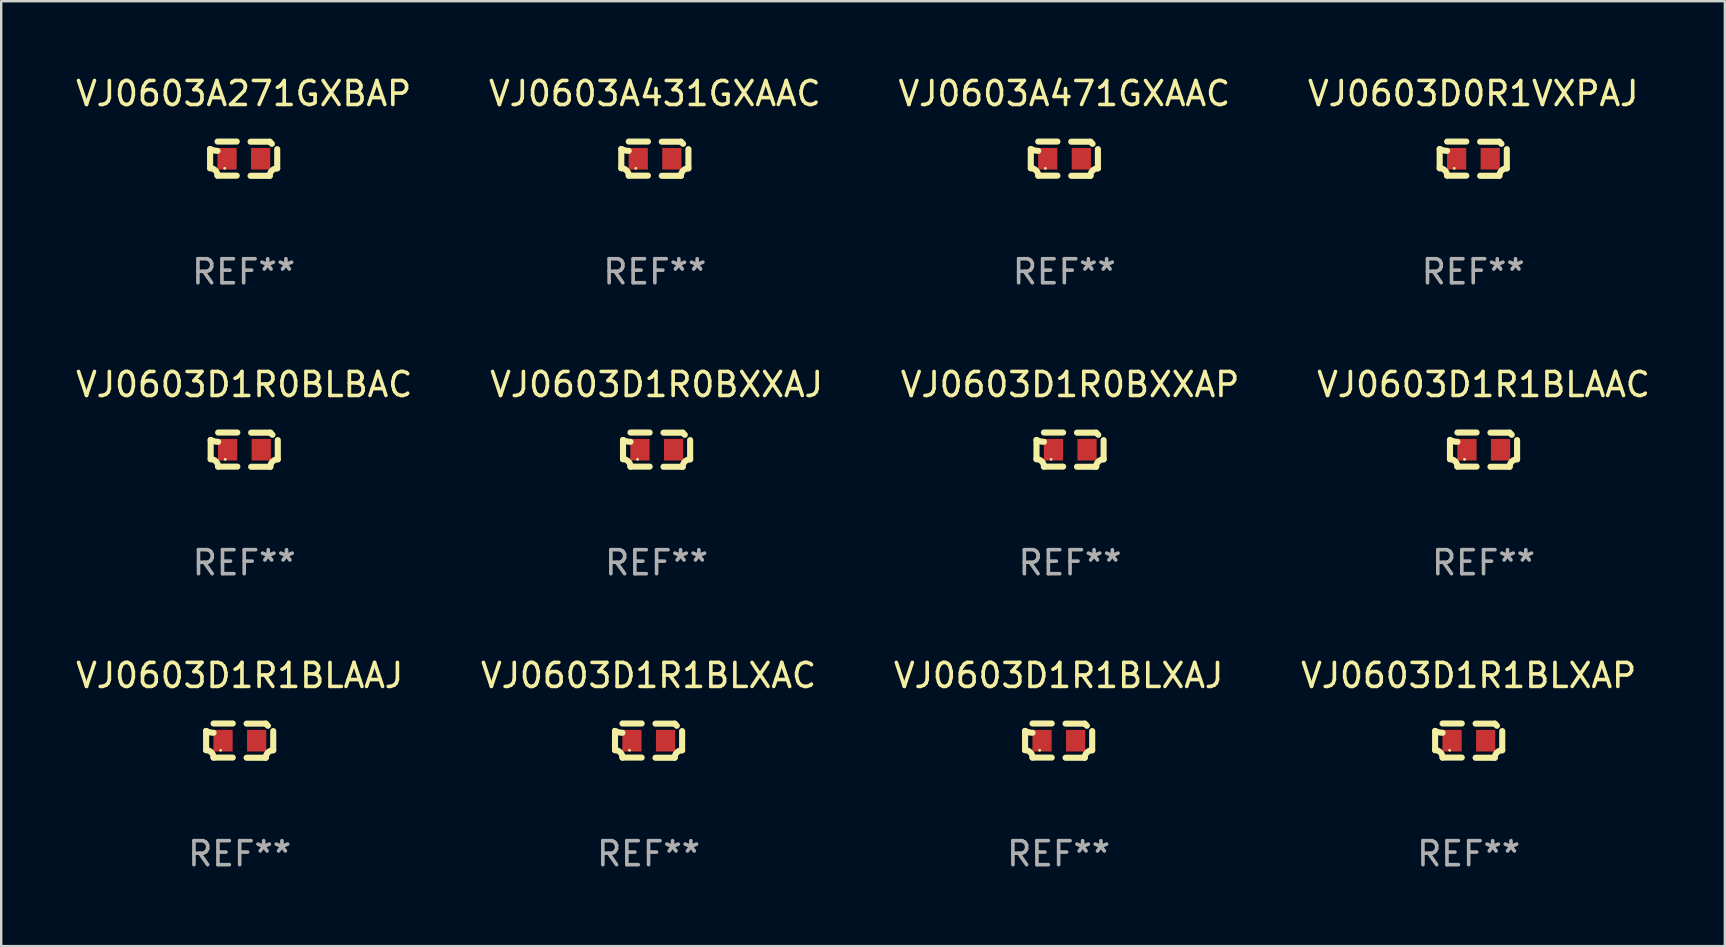
<source format=kicad_pcb>
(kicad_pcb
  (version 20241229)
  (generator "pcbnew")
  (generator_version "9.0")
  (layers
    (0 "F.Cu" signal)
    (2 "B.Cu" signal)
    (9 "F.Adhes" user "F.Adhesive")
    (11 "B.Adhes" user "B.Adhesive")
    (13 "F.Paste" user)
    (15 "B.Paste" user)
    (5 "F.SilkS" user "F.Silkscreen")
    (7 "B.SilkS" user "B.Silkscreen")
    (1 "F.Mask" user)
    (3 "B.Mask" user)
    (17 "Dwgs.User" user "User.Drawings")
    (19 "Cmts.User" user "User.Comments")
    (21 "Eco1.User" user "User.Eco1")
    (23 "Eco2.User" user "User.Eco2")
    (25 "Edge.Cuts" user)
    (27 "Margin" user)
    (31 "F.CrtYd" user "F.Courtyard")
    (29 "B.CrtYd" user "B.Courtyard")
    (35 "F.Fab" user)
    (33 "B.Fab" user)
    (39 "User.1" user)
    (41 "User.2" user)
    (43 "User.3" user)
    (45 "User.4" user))
  (footprint "VJ0603A471GXAAC"
    (layer "F.Cu")
    (at 41.292 3.561)
    (property "Reference" "VJ0603A471GXAAC" (at 0 -2.713 0) (layer "F.SilkS") (effects (font (size 1 1) (thickness 0.15))))
    (attr through_hole)
    (fp_line (start -1.398 -0.403) (end -1.398 0.397) (stroke (width 0.254) (type solid)) (layer "F.SilkS"))
    (fp_line (start -0.288 -0.713) (end -1.088 -0.713) (stroke (width 0.254) (type solid)) (layer "F.SilkS"))
    (fp_line (start -0.288 0.707) (end -1.088 0.707) (stroke (width 0.254) (type solid)) (layer "F.SilkS"))
    (fp_line (start 0.288 -0.707) (end 1.088 -0.707) (stroke (width 0.254) (type solid)) (layer "F.SilkS"))
    (fp_line (start 0.288 0.713) (end 1.088 0.713) (stroke (width 0.254) (type solid)) (layer "F.SilkS"))
    (fp_line (start 1.398 -0.397) (end 1.398 0.403) (stroke (width 0.254) (type solid)) (layer "F.SilkS"))
    (fp_arc (start -1.397789 0.397066) (mid -1.178701 0.487826) (end -1.08796 0.706922) (stroke (width 0.254001) (type solid)) (layer "F.SilkS"))
    (fp_arc (start -1.08796 -0.327176) (mid -1.247436 -0.346384) (end -1.39779 -0.402908) (stroke (width 0.254001) (type solid)) (layer "F.SilkS"))
    (fp_arc (start 1.087909 0.712738) (mid 1.178656 0.493655) (end 1.397739 0.402908) (stroke (width 0.254001) (type solid)) (layer "F.SilkS"))
    (fp_arc (start 1.175925 -0.618926) (mid 1.131917 -0.662923) (end 1.08791 -0.706922) (stroke (width 0.254001) (type solid)) (layer "F.SilkS"))
    (fp_circle (center -0.792 0.403) (end -0.762 0.403) (stroke (width 0.06) (type solid)) (fill no) (layer "F.SilkS"))
    (fp_text user "REF**" (at 0 4.713 0) (layer "F.Fab") (effects (font (size 1 1) (thickness 0.15))))
    (pad "1" smd rect (at -0.692 0.003) (size 0.8 0.9) (layers "F.Cu" "F.Mask" "F.Paste"))
    (pad "2" smd rect (at 0.708 0.003) (size 0.8 0.9) (layers "F.Cu" "F.Mask" "F.Paste")))
  (footprint "VJ0603D1R1BLXAC"
    (layer "F.Cu")
    (at 23.97 27.805)
    (property "Reference" "VJ0603D1R1BLXAC" (at 0 -2.713 0) (layer "F.SilkS") (effects (font (size 1 1) (thickness 0.15))))
    (attr through_hole)
    (fp_line (start -1.398 -0.403) (end -1.398 0.397) (stroke (width 0.254) (type solid)) (layer "F.SilkS"))
    (fp_line (start -0.288 -0.713) (end -1.088 -0.713) (stroke (width 0.254) (type solid)) (layer "F.SilkS"))
    (fp_line (start -0.288 0.707) (end -1.088 0.707) (stroke (width 0.254) (type solid)) (layer "F.SilkS"))
    (fp_line (start 0.288 -0.707) (end 1.088 -0.707) (stroke (width 0.254) (type solid)) (layer "F.SilkS"))
    (fp_line (start 0.288 0.713) (end 1.088 0.713) (stroke (width 0.254) (type solid)) (layer "F.SilkS"))
    (fp_line (start 1.398 -0.397) (end 1.398 0.403) (stroke (width 0.254) (type solid)) (layer "F.SilkS"))
    (fp_arc (start -1.397789 0.397066) (mid -1.178701 0.487826) (end -1.08796 0.706922) (stroke (width 0.254001) (type solid)) (layer "F.SilkS"))
    (fp_arc (start -1.08796 -0.327176) (mid -1.247436 -0.346384) (end -1.39779 -0.402908) (stroke (width 0.254001) (type solid)) (layer "F.SilkS"))
    (fp_arc (start 1.087909 0.712738) (mid 1.178656 0.493655) (end 1.397739 0.402908) (stroke (width 0.254001) (type solid)) (layer "F.SilkS"))
    (fp_arc (start 1.175925 -0.618926) (mid 1.131917 -0.662923) (end 1.08791 -0.706922) (stroke (width 0.254001) (type solid)) (layer "F.SilkS"))
    (fp_circle (center -0.792 0.403) (end -0.762 0.403) (stroke (width 0.06) (type solid)) (fill no) (layer "F.SilkS"))
    (fp_text user "REF**" (at 0 4.713 0) (layer "F.Fab") (effects (font (size 1 1) (thickness 0.15))))
    (pad "1" smd rect (at -0.692 0.003) (size 0.8 0.9) (layers "F.Cu" "F.Mask" "F.Paste"))
    (pad "2" smd rect (at 0.708 0.003) (size 0.8 0.9) (layers "F.Cu" "F.Mask" "F.Paste")))
  (footprint "VJ0603D1R1BLXAP"
    (layer "F.Cu")
    (at 58.137 27.805)
    (property "Reference" "VJ0603D1R1BLXAP" (at 0 -2.713 0) (layer "F.SilkS") (effects (font (size 1 1) (thickness 0.15))))
    (attr through_hole)
    (fp_line (start -1.398 -0.403) (end -1.398 0.397) (stroke (width 0.254) (type solid)) (layer "F.SilkS"))
    (fp_line (start -0.288 -0.713) (end -1.088 -0.713) (stroke (width 0.254) (type solid)) (layer "F.SilkS"))
    (fp_line (start -0.288 0.707) (end -1.088 0.707) (stroke (width 0.254) (type solid)) (layer "F.SilkS"))
    (fp_line (start 0.288 -0.707) (end 1.088 -0.707) (stroke (width 0.254) (type solid)) (layer "F.SilkS"))
    (fp_line (start 0.288 0.713) (end 1.088 0.713) (stroke (width 0.254) (type solid)) (layer "F.SilkS"))
    (fp_line (start 1.398 -0.397) (end 1.398 0.403) (stroke (width 0.254) (type solid)) (layer "F.SilkS"))
    (fp_arc (start -1.397789 0.397066) (mid -1.178701 0.487826) (end -1.08796 0.706922) (stroke (width 0.254001) (type solid)) (layer "F.SilkS"))
    (fp_arc (start -1.08796 -0.327176) (mid -1.247436 -0.346384) (end -1.39779 -0.402908) (stroke (width 0.254001) (type solid)) (layer "F.SilkS"))
    (fp_arc (start 1.087909 0.712738) (mid 1.178656 0.493655) (end 1.397739 0.402908) (stroke (width 0.254001) (type solid)) (layer "F.SilkS"))
    (fp_arc (start 1.175925 -0.618926) (mid 1.131917 -0.662923) (end 1.08791 -0.706922) (stroke (width 0.254001) (type solid)) (layer "F.SilkS"))
    (fp_circle (center -0.792 0.403) (end -0.762 0.403) (stroke (width 0.06) (type solid)) (fill no) (layer "F.SilkS"))
    (fp_text user "REF**" (at 0 4.713 0) (layer "F.Fab") (effects (font (size 1 1) (thickness 0.15))))
    (pad "1" smd rect (at -0.692 0.003) (size 0.8 0.9) (layers "F.Cu" "F.Mask" "F.Paste"))
    (pad "2" smd rect (at 0.708 0.003) (size 0.8 0.9) (layers "F.Cu" "F.Mask" "F.Paste")))
  (footprint "VJ0603D1R1BLAAJ"
    (layer "F.Cu")
    (at 6.935 27.805)
    (property "Reference" "VJ0603D1R1BLAAJ" (at 0 -2.713 0) (layer "F.SilkS") (effects (font (size 1 1) (thickness 0.15))))
    (attr through_hole)
    (fp_line (start -1.398 -0.403) (end -1.398 0.397) (stroke (width 0.254) (type solid)) (layer "F.SilkS"))
    (fp_line (start -0.288 -0.713) (end -1.088 -0.713) (stroke (width 0.254) (type solid)) (layer "F.SilkS"))
    (fp_line (start -0.288 0.707) (end -1.088 0.707) (stroke (width 0.254) (type solid)) (layer "F.SilkS"))
    (fp_line (start 0.288 -0.707) (end 1.088 -0.707) (stroke (width 0.254) (type solid)) (layer "F.SilkS"))
    (fp_line (start 0.288 0.713) (end 1.088 0.713) (stroke (width 0.254) (type solid)) (layer "F.SilkS"))
    (fp_line (start 1.398 -0.397) (end 1.398 0.403) (stroke (width 0.254) (type solid)) (layer "F.SilkS"))
    (fp_arc (start -1.397789 0.397066) (mid -1.178701 0.487826) (end -1.08796 0.706922) (stroke (width 0.254001) (type solid)) (layer "F.SilkS"))
    (fp_arc (start -1.08796 -0.327176) (mid -1.247436 -0.346384) (end -1.39779 -0.402908) (stroke (width 0.254001) (type solid)) (layer "F.SilkS"))
    (fp_arc (start 1.087909 0.712738) (mid 1.178656 0.493655) (end 1.397739 0.402908) (stroke (width 0.254001) (type solid)) (layer "F.SilkS"))
    (fp_arc (start 1.175925 -0.618926) (mid 1.131917 -0.662923) (end 1.08791 -0.706922) (stroke (width 0.254001) (type solid)) (layer "F.SilkS"))
    (fp_circle (center -0.792 0.403) (end -0.762 0.403) (stroke (width 0.06) (type solid)) (fill no) (layer "F.SilkS"))
    (fp_text user "REF**" (at 0 4.713 0) (layer "F.Fab") (effects (font (size 1 1) (thickness 0.15))))
    (pad "1" smd rect (at -0.692 0.003) (size 0.8 0.9) (layers "F.Cu" "F.Mask" "F.Paste"))
    (pad "2" smd rect (at 0.708 0.003) (size 0.8 0.9) (layers "F.Cu" "F.Mask" "F.Paste")))
  (footprint "VJ0603D0R1VXPAJ"
    (layer "F.Cu")
    (at 58.327 3.561)
    (property "Reference" "VJ0603D0R1VXPAJ" (at 0 -2.713 0) (layer "F.SilkS") (effects (font (size 1 1) (thickness 0.15))))
    (attr through_hole)
    (fp_line (start -1.398 -0.403) (end -1.398 0.397) (stroke (width 0.254) (type solid)) (layer "F.SilkS"))
    (fp_line (start -0.288 -0.713) (end -1.088 -0.713) (stroke (width 0.254) (type solid)) (layer "F.SilkS"))
    (fp_line (start -0.288 0.707) (end -1.088 0.707) (stroke (width 0.254) (type solid)) (layer "F.SilkS"))
    (fp_line (start 0.288 -0.707) (end 1.088 -0.707) (stroke (width 0.254) (type solid)) (layer "F.SilkS"))
    (fp_line (start 0.288 0.713) (end 1.088 0.713) (stroke (width 0.254) (type solid)) (layer "F.SilkS"))
    (fp_line (start 1.398 -0.397) (end 1.398 0.403) (stroke (width 0.254) (type solid)) (layer "F.SilkS"))
    (fp_arc (start -1.397789 0.397066) (mid -1.178701 0.487826) (end -1.08796 0.706922) (stroke (width 0.254001) (type solid)) (layer "F.SilkS"))
    (fp_arc (start -1.08796 -0.327176) (mid -1.247436 -0.346384) (end -1.39779 -0.402908) (stroke (width 0.254001) (type solid)) (layer "F.SilkS"))
    (fp_arc (start 1.087909 0.712738) (mid 1.178656 0.493655) (end 1.397739 0.402908) (stroke (width 0.254001) (type solid)) (layer "F.SilkS"))
    (fp_arc (start 1.175925 -0.618926) (mid 1.131917 -0.662923) (end 1.08791 -0.706922) (stroke (width 0.254001) (type solid)) (layer "F.SilkS"))
    (fp_circle (center -0.792 0.403) (end -0.762 0.403) (stroke (width 0.06) (type solid)) (fill no) (layer "F.SilkS"))
    (fp_text user "REF**" (at 0 4.713 0) (layer "F.Fab") (effects (font (size 1 1) (thickness 0.15))))
    (pad "1" smd rect (at -0.692 0.003) (size 0.8 0.9) (layers "F.Cu" "F.Mask" "F.Paste"))
    (pad "2" smd rect (at 0.708 0.003) (size 0.8 0.9) (layers "F.Cu" "F.Mask" "F.Paste")))
  (footprint "VJ0603A431GXAAC"
    (layer "F.Cu")
    (at 24.232 3.561)
    (property "Reference" "VJ0603A431GXAAC" (at 0 -2.713 0) (layer "F.SilkS") (effects (font (size 1 1) (thickness 0.15))))
    (attr through_hole)
    (fp_line (start -1.398 -0.403) (end -1.398 0.397) (stroke (width 0.254) (type solid)) (layer "F.SilkS"))
    (fp_line (start -0.288 -0.713) (end -1.088 -0.713) (stroke (width 0.254) (type solid)) (layer "F.SilkS"))
    (fp_line (start -0.288 0.707) (end -1.088 0.707) (stroke (width 0.254) (type solid)) (layer "F.SilkS"))
    (fp_line (start 0.288 -0.707) (end 1.088 -0.707) (stroke (width 0.254) (type solid)) (layer "F.SilkS"))
    (fp_line (start 0.288 0.713) (end 1.088 0.713) (stroke (width 0.254) (type solid)) (layer "F.SilkS"))
    (fp_line (start 1.398 -0.397) (end 1.398 0.403) (stroke (width 0.254) (type solid)) (layer "F.SilkS"))
    (fp_arc (start -1.397789 0.397066) (mid -1.178701 0.487826) (end -1.08796 0.706922) (stroke (width 0.254001) (type solid)) (layer "F.SilkS"))
    (fp_arc (start -1.08796 -0.327176) (mid -1.247436 -0.346384) (end -1.39779 -0.402908) (stroke (width 0.254001) (type solid)) (layer "F.SilkS"))
    (fp_arc (start 1.087909 0.712738) (mid 1.178656 0.493655) (end 1.397739 0.402908) (stroke (width 0.254001) (type solid)) (layer "F.SilkS"))
    (fp_arc (start 1.175925 -0.618926) (mid 1.131917 -0.662923) (end 1.08791 -0.706922) (stroke (width 0.254001) (type solid)) (layer "F.SilkS"))
    (fp_circle (center -0.792 0.403) (end -0.762 0.403) (stroke (width 0.06) (type solid)) (fill no) (layer "F.SilkS"))
    (fp_text user "REF**" (at 0 4.713 0) (layer "F.Fab") (effects (font (size 1 1) (thickness 0.15))))
    (pad "1" smd rect (at -0.692 0.003) (size 0.8 0.9) (layers "F.Cu" "F.Mask" "F.Paste"))
    (pad "2" smd rect (at 0.708 0.003) (size 0.8 0.9) (layers "F.Cu" "F.Mask" "F.Paste")))
  (footprint "VJ0603D1R0BLBAC"
    (layer "F.Cu")
    (at 7.125 15.683)
    (property "Reference" "VJ0603D1R0BLBAC" (at 0 -2.713 0) (layer "F.SilkS") (effects (font (size 1 1) (thickness 0.15))))
    (attr through_hole)
    (fp_line (start -1.398 -0.403) (end -1.398 0.397) (stroke (width 0.254) (type solid)) (layer "F.SilkS"))
    (fp_line (start -0.288 -0.713) (end -1.088 -0.713) (stroke (width 0.254) (type solid)) (layer "F.SilkS"))
    (fp_line (start -0.288 0.707) (end -1.088 0.707) (stroke (width 0.254) (type solid)) (layer "F.SilkS"))
    (fp_line (start 0.288 -0.707) (end 1.088 -0.707) (stroke (width 0.254) (type solid)) (layer "F.SilkS"))
    (fp_line (start 0.288 0.713) (end 1.088 0.713) (stroke (width 0.254) (type solid)) (layer "F.SilkS"))
    (fp_line (start 1.398 -0.397) (end 1.398 0.403) (stroke (width 0.254) (type solid)) (layer "F.SilkS"))
    (fp_arc (start -1.397789 0.397066) (mid -1.178701 0.487826) (end -1.08796 0.706922) (stroke (width 0.254001) (type solid)) (layer "F.SilkS"))
    (fp_arc (start -1.08796 -0.327176) (mid -1.247436 -0.346384) (end -1.39779 -0.402908) (stroke (width 0.254001) (type solid)) (layer "F.SilkS"))
    (fp_arc (start 1.087909 0.712738) (mid 1.178656 0.493655) (end 1.397739 0.402908) (stroke (width 0.254001) (type solid)) (layer "F.SilkS"))
    (fp_arc (start 1.175925 -0.618926) (mid 1.131917 -0.662923) (end 1.08791 -0.706922) (stroke (width 0.254001) (type solid)) (layer "F.SilkS"))
    (fp_circle (center -0.792 0.403) (end -0.762 0.403) (stroke (width 0.06) (type solid)) (fill no) (layer "F.SilkS"))
    (fp_text user "REF**" (at 0 4.713 0) (layer "F.Fab") (effects (font (size 1 1) (thickness 0.15))))
    (pad "1" smd rect (at -0.692 0.003) (size 0.8 0.9) (layers "F.Cu" "F.Mask" "F.Paste"))
    (pad "2" smd rect (at 0.708 0.003) (size 0.8 0.9) (layers "F.Cu" "F.Mask" "F.Paste")))
  (footprint "VJ0603D1R1BLAAC"
    (layer "F.Cu")
    (at 58.756 15.683)
    (property "Reference" "VJ0603D1R1BLAAC" (at 0 -2.713 0) (layer "F.SilkS") (effects (font (size 1 1) (thickness 0.15))))
    (attr through_hole)
    (fp_line (start -1.398 -0.403) (end -1.398 0.397) (stroke (width 0.254) (type solid)) (layer "F.SilkS"))
    (fp_line (start -0.288 -0.713) (end -1.088 -0.713) (stroke (width 0.254) (type solid)) (layer "F.SilkS"))
    (fp_line (start -0.288 0.707) (end -1.088 0.707) (stroke (width 0.254) (type solid)) (layer "F.SilkS"))
    (fp_line (start 0.288 -0.707) (end 1.088 -0.707) (stroke (width 0.254) (type solid)) (layer "F.SilkS"))
    (fp_line (start 0.288 0.713) (end 1.088 0.713) (stroke (width 0.254) (type solid)) (layer "F.SilkS"))
    (fp_line (start 1.398 -0.397) (end 1.398 0.403) (stroke (width 0.254) (type solid)) (layer "F.SilkS"))
    (fp_arc (start -1.397789 0.397066) (mid -1.178701 0.487826) (end -1.08796 0.706922) (stroke (width 0.254001) (type solid)) (layer "F.SilkS"))
    (fp_arc (start -1.08796 -0.327176) (mid -1.247436 -0.346384) (end -1.39779 -0.402908) (stroke (width 0.254001) (type solid)) (layer "F.SilkS"))
    (fp_arc (start 1.087909 0.712738) (mid 1.178656 0.493655) (end 1.397739 0.402908) (stroke (width 0.254001) (type solid)) (layer "F.SilkS"))
    (fp_arc (start 1.175925 -0.618926) (mid 1.131917 -0.662923) (end 1.08791 -0.706922) (stroke (width 0.254001) (type solid)) (layer "F.SilkS"))
    (fp_circle (center -0.792 0.403) (end -0.762 0.403) (stroke (width 0.06) (type solid)) (fill no) (layer "F.SilkS"))
    (fp_text user "REF**" (at 0 4.713 0) (layer "F.Fab") (effects (font (size 1 1) (thickness 0.15))))
    (pad "1" smd rect (at -0.692 0.003) (size 0.8 0.9) (layers "F.Cu" "F.Mask" "F.Paste"))
    (pad "2" smd rect (at 0.708 0.003) (size 0.8 0.9) (layers "F.Cu" "F.Mask" "F.Paste")))
  (footprint "VJ0603D1R0BXXAP"
    (layer "F.Cu")
    (at 41.53 15.683)
    (property "Reference" "VJ0603D1R0BXXAP" (at 0 -2.713 0) (layer "F.SilkS") (effects (font (size 1 1) (thickness 0.15))))
    (attr through_hole)
    (fp_line (start -1.398 -0.403) (end -1.398 0.397) (stroke (width 0.254) (type solid)) (layer "F.SilkS"))
    (fp_line (start -0.288 -0.713) (end -1.088 -0.713) (stroke (width 0.254) (type solid)) (layer "F.SilkS"))
    (fp_line (start -0.288 0.707) (end -1.088 0.707) (stroke (width 0.254) (type solid)) (layer "F.SilkS"))
    (fp_line (start 0.288 -0.707) (end 1.088 -0.707) (stroke (width 0.254) (type solid)) (layer "F.SilkS"))
    (fp_line (start 0.288 0.713) (end 1.088 0.713) (stroke (width 0.254) (type solid)) (layer "F.SilkS"))
    (fp_line (start 1.398 -0.397) (end 1.398 0.403) (stroke (width 0.254) (type solid)) (layer "F.SilkS"))
    (fp_arc (start -1.397789 0.397066) (mid -1.178701 0.487826) (end -1.08796 0.706922) (stroke (width 0.254001) (type solid)) (layer "F.SilkS"))
    (fp_arc (start -1.08796 -0.327176) (mid -1.247436 -0.346384) (end -1.39779 -0.402908) (stroke (width 0.254001) (type solid)) (layer "F.SilkS"))
    (fp_arc (start 1.087909 0.712738) (mid 1.178656 0.493655) (end 1.397739 0.402908) (stroke (width 0.254001) (type solid)) (layer "F.SilkS"))
    (fp_arc (start 1.175925 -0.618926) (mid 1.131917 -0.662923) (end 1.08791 -0.706922) (stroke (width 0.254001) (type solid)) (layer "F.SilkS"))
    (fp_circle (center -0.792 0.403) (end -0.762 0.403) (stroke (width 0.06) (type solid)) (fill no) (layer "F.SilkS"))
    (fp_text user "REF**" (at 0 4.713 0) (layer "F.Fab") (effects (font (size 1 1) (thickness 0.15))))
    (pad "1" smd rect (at -0.692 0.003) (size 0.8 0.9) (layers "F.Cu" "F.Mask" "F.Paste"))
    (pad "2" smd rect (at 0.708 0.003) (size 0.8 0.9) (layers "F.Cu" "F.Mask" "F.Paste")))
  (footprint "VJ0603D1R1BLXAJ"
    (layer "F.Cu")
    (at 41.054 27.805)
    (property "Reference" "VJ0603D1R1BLXAJ" (at 0 -2.713 0) (layer "F.SilkS") (effects (font (size 1 1) (thickness 0.15))))
    (attr through_hole)
    (fp_line (start -1.398 -0.403) (end -1.398 0.397) (stroke (width 0.254) (type solid)) (layer "F.SilkS"))
    (fp_line (start -0.288 -0.713) (end -1.088 -0.713) (stroke (width 0.254) (type solid)) (layer "F.SilkS"))
    (fp_line (start -0.288 0.707) (end -1.088 0.707) (stroke (width 0.254) (type solid)) (layer "F.SilkS"))
    (fp_line (start 0.288 -0.707) (end 1.088 -0.707) (stroke (width 0.254) (type solid)) (layer "F.SilkS"))
    (fp_line (start 0.288 0.713) (end 1.088 0.713) (stroke (width 0.254) (type solid)) (layer "F.SilkS"))
    (fp_line (start 1.398 -0.397) (end 1.398 0.403) (stroke (width 0.254) (type solid)) (layer "F.SilkS"))
    (fp_arc (start -1.397789 0.397066) (mid -1.178701 0.487826) (end -1.08796 0.706922) (stroke (width 0.254001) (type solid)) (layer "F.SilkS"))
    (fp_arc (start -1.08796 -0.327176) (mid -1.247436 -0.346384) (end -1.39779 -0.402908) (stroke (width 0.254001) (type solid)) (layer "F.SilkS"))
    (fp_arc (start 1.087909 0.712738) (mid 1.178656 0.493655) (end 1.397739 0.402908) (stroke (width 0.254001) (type solid)) (layer "F.SilkS"))
    (fp_arc (start 1.175925 -0.618926) (mid 1.131917 -0.662923) (end 1.08791 -0.706922) (stroke (width 0.254001) (type solid)) (layer "F.SilkS"))
    (fp_circle (center -0.792 0.403) (end -0.762 0.403) (stroke (width 0.06) (type solid)) (fill no) (layer "F.SilkS"))
    (fp_text user "REF**" (at 0 4.713 0) (layer "F.Fab") (effects (font (size 1 1) (thickness 0.15))))
    (pad "1" smd rect (at -0.692 0.003) (size 0.8 0.9) (layers "F.Cu" "F.Mask" "F.Paste"))
    (pad "2" smd rect (at 0.708 0.003) (size 0.8 0.9) (layers "F.Cu" "F.Mask" "F.Paste")))
  (footprint "VJ0603D1R0BXXAJ"
    (layer "F.Cu")
    (at 24.304 15.683)
    (property "Reference" "VJ0603D1R0BXXAJ" (at 0 -2.713 0) (layer "F.SilkS") (effects (font (size 1 1) (thickness 0.15))))
    (attr through_hole)
    (fp_line (start -1.398 -0.403) (end -1.398 0.397) (stroke (width 0.254) (type solid)) (layer "F.SilkS"))
    (fp_line (start -0.288 -0.713) (end -1.088 -0.713) (stroke (width 0.254) (type solid)) (layer "F.SilkS"))
    (fp_line (start -0.288 0.707) (end -1.088 0.707) (stroke (width 0.254) (type solid)) (layer "F.SilkS"))
    (fp_line (start 0.288 -0.707) (end 1.088 -0.707) (stroke (width 0.254) (type solid)) (layer "F.SilkS"))
    (fp_line (start 0.288 0.713) (end 1.088 0.713) (stroke (width 0.254) (type solid)) (layer "F.SilkS"))
    (fp_line (start 1.398 -0.397) (end 1.398 0.403) (stroke (width 0.254) (type solid)) (layer "F.SilkS"))
    (fp_arc (start -1.397789 0.397066) (mid -1.178701 0.487826) (end -1.08796 0.706922) (stroke (width 0.254001) (type solid)) (layer "F.SilkS"))
    (fp_arc (start -1.08796 -0.327176) (mid -1.247436 -0.346384) (end -1.39779 -0.402908) (stroke (width 0.254001) (type solid)) (layer "F.SilkS"))
    (fp_arc (start 1.087909 0.712738) (mid 1.178656 0.493655) (end 1.397739 0.402908) (stroke (width 0.254001) (type solid)) (layer "F.SilkS"))
    (fp_arc (start 1.175925 -0.618926) (mid 1.131917 -0.662923) (end 1.08791 -0.706922) (stroke (width 0.254001) (type solid)) (layer "F.SilkS"))
    (fp_circle (center -0.792 0.403) (end -0.762 0.403) (stroke (width 0.06) (type solid)) (fill no) (layer "F.SilkS"))
    (fp_text user "REF**" (at 0 4.713 0) (layer "F.Fab") (effects (font (size 1 1) (thickness 0.15))))
    (pad "1" smd rect (at -0.692 0.003) (size 0.8 0.9) (layers "F.Cu" "F.Mask" "F.Paste"))
    (pad "2" smd rect (at 0.708 0.003) (size 0.8 0.9) (layers "F.Cu" "F.Mask" "F.Paste")))
  (footprint "VJ0603A271GXBAP"
    (layer "F.Cu")
    (at 7.101 3.561)
    (property "Reference" "VJ0603A271GXBAP" (at 0 -2.713 0) (layer "F.SilkS") (effects (font (size 1 1) (thickness 0.15))))
    (attr through_hole)
    (fp_line (start -1.398 -0.403) (end -1.398 0.397) (stroke (width 0.254) (type solid)) (layer "F.SilkS"))
    (fp_line (start -0.288 -0.713) (end -1.088 -0.713) (stroke (width 0.254) (type solid)) (layer "F.SilkS"))
    (fp_line (start -0.288 0.707) (end -1.088 0.707) (stroke (width 0.254) (type solid)) (layer "F.SilkS"))
    (fp_line (start 0.288 -0.707) (end 1.088 -0.707) (stroke (width 0.254) (type solid)) (layer "F.SilkS"))
    (fp_line (start 0.288 0.713) (end 1.088 0.713) (stroke (width 0.254) (type solid)) (layer "F.SilkS"))
    (fp_line (start 1.398 -0.397) (end 1.398 0.403) (stroke (width 0.254) (type solid)) (layer "F.SilkS"))
    (fp_arc (start -1.397789 0.397066) (mid -1.178701 0.487826) (end -1.08796 0.706922) (stroke (width 0.254001) (type solid)) (layer "F.SilkS"))
    (fp_arc (start -1.08796 -0.327176) (mid -1.247436 -0.346384) (end -1.39779 -0.402908) (stroke (width 0.254001) (type solid)) (layer "F.SilkS"))
    (fp_arc (start 1.087909 0.712738) (mid 1.178656 0.493655) (end 1.397739 0.402908) (stroke (width 0.254001) (type solid)) (layer "F.SilkS"))
    (fp_arc (start 1.175925 -0.618926) (mid 1.131917 -0.662923) (end 1.08791 -0.706922) (stroke (width 0.254001) (type solid)) (layer "F.SilkS"))
    (fp_circle (center -0.792 0.403) (end -0.762 0.403) (stroke (width 0.06) (type solid)) (fill no) (layer "F.SilkS"))
    (fp_text user "REF**" (at 0 4.713 0) (layer "F.Fab") (effects (font (size 1 1) (thickness 0.15))))
    (pad "1" smd rect (at -0.692 0.003) (size 0.8 0.9) (layers "F.Cu" "F.Mask" "F.Paste"))
    (pad "2" smd rect (at 0.708 0.003) (size 0.8 0.9) (layers "F.Cu" "F.Mask" "F.Paste")))
  (gr_rect
    (start -3 -3)
    (end 68.81 36.366)
    (stroke (width 0.1) (type default))
    (fill no)
    (layer "Edge.Cuts")))
</source>
